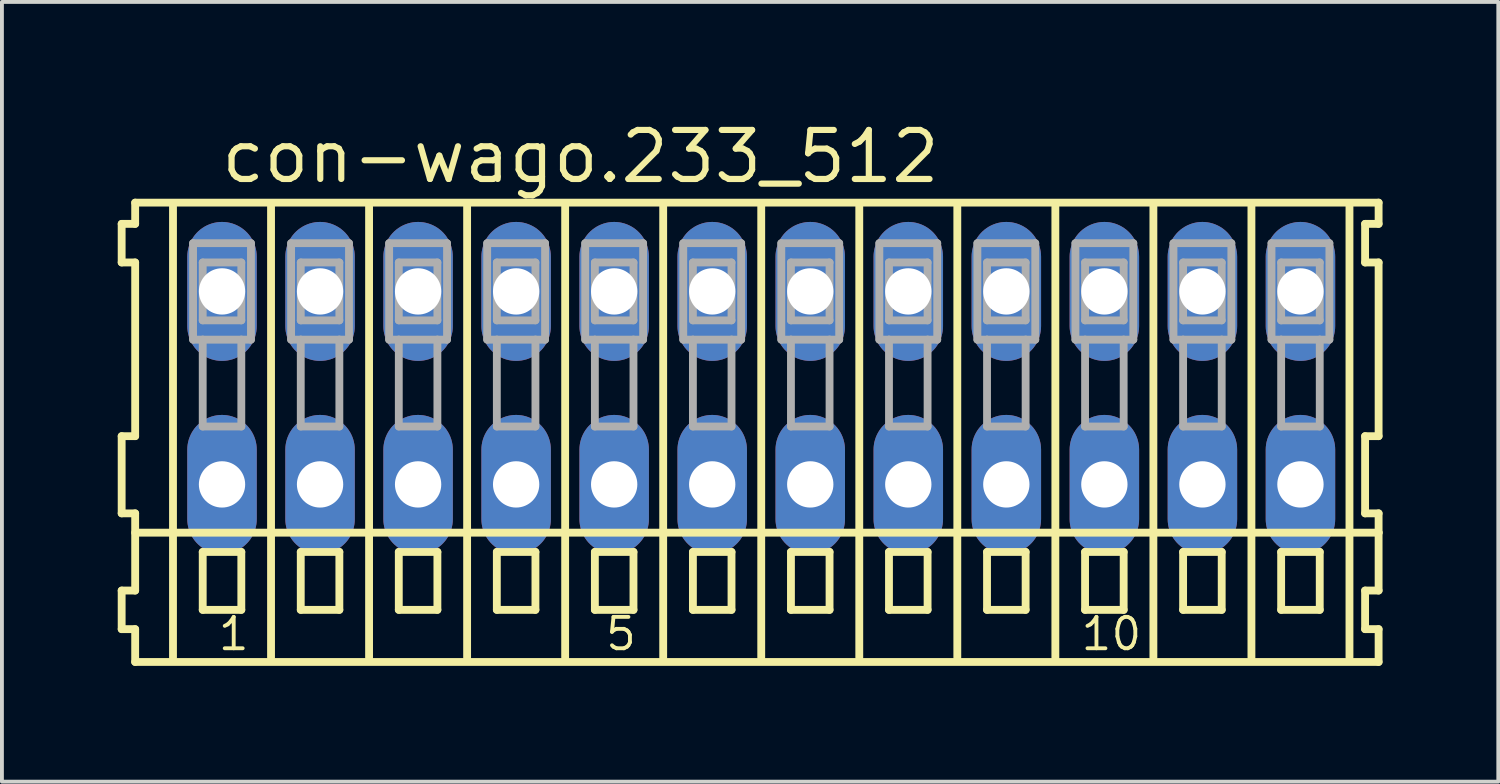
<source format=kicad_pcb>
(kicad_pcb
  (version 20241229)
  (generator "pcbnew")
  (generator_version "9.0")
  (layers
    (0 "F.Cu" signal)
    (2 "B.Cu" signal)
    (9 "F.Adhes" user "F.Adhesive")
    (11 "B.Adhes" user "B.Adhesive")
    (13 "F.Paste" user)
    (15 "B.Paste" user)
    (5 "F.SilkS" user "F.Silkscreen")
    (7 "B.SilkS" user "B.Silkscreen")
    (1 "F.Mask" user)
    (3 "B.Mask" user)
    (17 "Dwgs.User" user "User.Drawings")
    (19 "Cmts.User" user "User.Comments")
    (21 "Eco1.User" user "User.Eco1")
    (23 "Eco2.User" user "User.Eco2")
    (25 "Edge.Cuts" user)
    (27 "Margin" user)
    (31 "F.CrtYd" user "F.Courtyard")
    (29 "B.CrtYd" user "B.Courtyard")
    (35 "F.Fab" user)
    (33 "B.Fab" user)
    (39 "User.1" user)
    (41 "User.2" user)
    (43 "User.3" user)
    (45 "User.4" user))
  (footprint "con-wago.233_512"
    (layer "F.Cu")
    (at 16.672 7)
    (property "Reference" "con-wago.233_512" (at -14.07 -5.25 0) (layer "F.SilkS") (effects (font (size 1.27 1.27) (thickness 0.16)) (justify left bottom)))
    (attr through_hole)
    (fp_line (start -16.57 -4.25) (end -16.57 -3.25) (stroke (width 0.203) (type default)) (layer "F.SilkS"))
    (fp_line (start -16.57 -3.25) (end -16.22 -3.25) (stroke (width 0.203) (type default)) (layer "F.SilkS"))
    (fp_line (start -16.57 1.25) (end -16.57 3.25) (stroke (width 0.203) (type default)) (layer "F.SilkS"))
    (fp_line (start -16.57 3.25) (end -16.22 3.25) (stroke (width 0.203) (type default)) (layer "F.SilkS"))
    (fp_line (start -16.57 5.25) (end -16.57 6.25) (stroke (width 0.203) (type default)) (layer "F.SilkS"))
    (fp_line (start -16.57 6.25) (end -16.22 6.25) (stroke (width 0.203) (type default)) (layer "F.SilkS"))
    (fp_line (start -16.22 -4.8) (end -16.22 -4.25) (stroke (width 0.203) (type default)) (layer "F.SilkS"))
    (fp_line (start -16.22 -4.25) (end -16.57 -4.25) (stroke (width 0.203) (type default)) (layer "F.SilkS"))
    (fp_line (start -16.22 -3.25) (end -16.22 1.25) (stroke (width 0.203) (type default)) (layer "F.SilkS"))
    (fp_line (start -16.22 1.25) (end -16.57 1.25) (stroke (width 0.203) (type default)) (layer "F.SilkS"))
    (fp_line (start -16.22 3.25) (end -16.22 5.25) (stroke (width 0.203) (type default)) (layer "F.SilkS"))
    (fp_line (start -16.22 3.75) (end 15.995 3.75) (stroke (width 0.203) (type default)) (layer "F.SilkS"))
    (fp_line (start -16.22 5.25) (end -16.57 5.25) (stroke (width 0.203) (type default)) (layer "F.SilkS"))
    (fp_line (start -16.22 6.25) (end -16.22 7.1) (stroke (width 0.203) (type default)) (layer "F.SilkS"))
    (fp_line (start -16.22 7.1) (end 15.995 7.1) (stroke (width 0.203) (type default)) (layer "F.SilkS"))
    (fp_line (start -15.24 6.985) (end -15.24 -4.699) (stroke (width 0.203) (type default)) (layer "F.SilkS"))
    (fp_line (start -14.47 4.25) (end -14.47 5.75) (stroke (width 0.203) (type default)) (layer "F.SilkS"))
    (fp_line (start -14.47 5.75) (end -13.47 5.75) (stroke (width 0.203) (type default)) (layer "F.SilkS"))
    (fp_line (start -13.47 4.25) (end -14.47 4.25) (stroke (width 0.203) (type default)) (layer "F.SilkS"))
    (fp_line (start -13.47 5.75) (end -13.47 4.25) (stroke (width 0.203) (type default)) (layer "F.SilkS"))
    (fp_line (start -12.7 6.985) (end -12.7 -4.699) (stroke (width 0.203) (type default)) (layer "F.SilkS"))
    (fp_line (start -11.93 4.25) (end -11.93 5.75) (stroke (width 0.203) (type default)) (layer "F.SilkS"))
    (fp_line (start -11.93 5.75) (end -10.93 5.75) (stroke (width 0.203) (type default)) (layer "F.SilkS"))
    (fp_line (start -10.93 4.25) (end -11.93 4.25) (stroke (width 0.203) (type default)) (layer "F.SilkS"))
    (fp_line (start -10.93 5.75) (end -10.93 4.25) (stroke (width 0.203) (type default)) (layer "F.SilkS"))
    (fp_line (start -10.16 6.985) (end -10.16 -4.699) (stroke (width 0.203) (type default)) (layer "F.SilkS"))
    (fp_line (start -9.39 4.25) (end -9.39 5.75) (stroke (width 0.203) (type default)) (layer "F.SilkS"))
    (fp_line (start -9.39 5.75) (end -8.39 5.75) (stroke (width 0.203) (type default)) (layer "F.SilkS"))
    (fp_line (start -8.39 4.25) (end -9.39 4.25) (stroke (width 0.203) (type default)) (layer "F.SilkS"))
    (fp_line (start -8.39 5.75) (end -8.39 4.25) (stroke (width 0.203) (type default)) (layer "F.SilkS"))
    (fp_line (start -7.62 6.985) (end -7.62 -4.699) (stroke (width 0.203) (type default)) (layer "F.SilkS"))
    (fp_line (start -6.85 4.25) (end -6.85 5.75) (stroke (width 0.203) (type default)) (layer "F.SilkS"))
    (fp_line (start -6.85 5.75) (end -5.85 5.75) (stroke (width 0.203) (type default)) (layer "F.SilkS"))
    (fp_line (start -5.85 4.25) (end -6.85 4.25) (stroke (width 0.203) (type default)) (layer "F.SilkS"))
    (fp_line (start -5.85 5.75) (end -5.85 4.25) (stroke (width 0.203) (type default)) (layer "F.SilkS"))
    (fp_line (start -5.08 6.985) (end -5.08 -4.699) (stroke (width 0.203) (type default)) (layer "F.SilkS"))
    (fp_line (start -4.31 4.25) (end -4.31 5.75) (stroke (width 0.203) (type default)) (layer "F.SilkS"))
    (fp_line (start -4.31 5.75) (end -3.31 5.75) (stroke (width 0.203) (type default)) (layer "F.SilkS"))
    (fp_line (start -3.31 4.25) (end -4.31 4.25) (stroke (width 0.203) (type default)) (layer "F.SilkS"))
    (fp_line (start -3.31 5.75) (end -3.31 4.25) (stroke (width 0.203) (type default)) (layer "F.SilkS"))
    (fp_line (start -2.54 6.985) (end -2.54 -4.699) (stroke (width 0.203) (type default)) (layer "F.SilkS"))
    (fp_line (start -1.77 4.25) (end -1.77 5.75) (stroke (width 0.203) (type default)) (layer "F.SilkS"))
    (fp_line (start -1.77 5.75) (end -0.77 5.75) (stroke (width 0.203) (type default)) (layer "F.SilkS"))
    (fp_line (start -0.77 4.25) (end -1.77 4.25) (stroke (width 0.203) (type default)) (layer "F.SilkS"))
    (fp_line (start -0.77 5.75) (end -0.77 4.25) (stroke (width 0.203) (type default)) (layer "F.SilkS"))
    (fp_line (start 0 6.985) (end 0 -4.699) (stroke (width 0.203) (type default)) (layer "F.SilkS"))
    (fp_line (start 0.77 4.25) (end 0.77 5.75) (stroke (width 0.203) (type default)) (layer "F.SilkS"))
    (fp_line (start 0.77 5.75) (end 1.77 5.75) (stroke (width 0.203) (type default)) (layer "F.SilkS"))
    (fp_line (start 1.77 4.25) (end 0.77 4.25) (stroke (width 0.203) (type default)) (layer "F.SilkS"))
    (fp_line (start 1.77 5.75) (end 1.77 4.25) (stroke (width 0.203) (type default)) (layer "F.SilkS"))
    (fp_line (start 2.54 6.985) (end 2.54 -4.699) (stroke (width 0.203) (type default)) (layer "F.SilkS"))
    (fp_line (start 3.31 4.25) (end 3.31 5.75) (stroke (width 0.203) (type default)) (layer "F.SilkS"))
    (fp_line (start 3.31 5.75) (end 4.31 5.75) (stroke (width 0.203) (type default)) (layer "F.SilkS"))
    (fp_line (start 4.31 4.25) (end 3.31 4.25) (stroke (width 0.203) (type default)) (layer "F.SilkS"))
    (fp_line (start 4.31 5.75) (end 4.31 4.25) (stroke (width 0.203) (type default)) (layer "F.SilkS"))
    (fp_line (start 5.08 6.985) (end 5.08 -4.699) (stroke (width 0.203) (type default)) (layer "F.SilkS"))
    (fp_line (start 5.85 4.25) (end 5.85 5.75) (stroke (width 0.203) (type default)) (layer "F.SilkS"))
    (fp_line (start 5.85 5.75) (end 6.85 5.75) (stroke (width 0.203) (type default)) (layer "F.SilkS"))
    (fp_line (start 6.85 4.25) (end 5.85 4.25) (stroke (width 0.203) (type default)) (layer "F.SilkS"))
    (fp_line (start 6.85 5.75) (end 6.85 4.25) (stroke (width 0.203) (type default)) (layer "F.SilkS"))
    (fp_line (start 7.62 6.985) (end 7.62 -4.699) (stroke (width 0.203) (type default)) (layer "F.SilkS"))
    (fp_line (start 8.39 4.25) (end 8.39 5.75) (stroke (width 0.203) (type default)) (layer "F.SilkS"))
    (fp_line (start 8.39 5.75) (end 9.39 5.75) (stroke (width 0.203) (type default)) (layer "F.SilkS"))
    (fp_line (start 9.39 4.25) (end 8.39 4.25) (stroke (width 0.203) (type default)) (layer "F.SilkS"))
    (fp_line (start 9.39 5.75) (end 9.39 4.25) (stroke (width 0.203) (type default)) (layer "F.SilkS"))
    (fp_line (start 10.16 6.985) (end 10.16 -4.699) (stroke (width 0.203) (type default)) (layer "F.SilkS"))
    (fp_line (start 10.93 4.25) (end 10.93 5.75) (stroke (width 0.203) (type default)) (layer "F.SilkS"))
    (fp_line (start 10.93 5.75) (end 11.93 5.75) (stroke (width 0.203) (type default)) (layer "F.SilkS"))
    (fp_line (start 11.93 4.25) (end 10.93 4.25) (stroke (width 0.203) (type default)) (layer "F.SilkS"))
    (fp_line (start 11.93 5.75) (end 11.93 4.25) (stroke (width 0.203) (type default)) (layer "F.SilkS"))
    (fp_line (start 12.7 6.985) (end 12.7 -4.699) (stroke (width 0.203) (type default)) (layer "F.SilkS"))
    (fp_line (start 13.47 4.25) (end 13.47 5.75) (stroke (width 0.203) (type default)) (layer "F.SilkS"))
    (fp_line (start 13.47 5.75) (end 14.47 5.75) (stroke (width 0.203) (type default)) (layer "F.SilkS"))
    (fp_line (start 14.47 4.25) (end 13.47 4.25) (stroke (width 0.203) (type default)) (layer "F.SilkS"))
    (fp_line (start 14.47 5.75) (end 14.47 4.25) (stroke (width 0.203) (type default)) (layer "F.SilkS"))
    (fp_line (start 15.24 6.985) (end 15.24 -4.699) (stroke (width 0.203) (type default)) (layer "F.SilkS"))
    (fp_line (start 15.645 -4.25) (end 15.645 -3.25) (stroke (width 0.203) (type default)) (layer "F.SilkS"))
    (fp_line (start 15.645 -3.25) (end 15.995 -3.25) (stroke (width 0.203) (type default)) (layer "F.SilkS"))
    (fp_line (start 15.645 1.25) (end 15.645 3.25) (stroke (width 0.203) (type default)) (layer "F.SilkS"))
    (fp_line (start 15.645 3.25) (end 15.995 3.25) (stroke (width 0.203) (type default)) (layer "F.SilkS"))
    (fp_line (start 15.645 5.25) (end 15.645 6.25) (stroke (width 0.203) (type default)) (layer "F.SilkS"))
    (fp_line (start 15.645 6.25) (end 15.995 6.25) (stroke (width 0.203) (type default)) (layer "F.SilkS"))
    (fp_line (start 15.995 -4.8) (end -16.22 -4.8) (stroke (width 0.203) (type default)) (layer "F.SilkS"))
    (fp_line (start 15.995 -4.25) (end 15.645 -4.25) (stroke (width 0.203) (type default)) (layer "F.SilkS"))
    (fp_line (start 15.995 -4.25) (end 15.995 -4.8) (stroke (width 0.203) (type default)) (layer "F.SilkS"))
    (fp_line (start 15.995 1.25) (end 15.645 1.25) (stroke (width 0.203) (type default)) (layer "F.SilkS"))
    (fp_line (start 15.995 1.25) (end 15.995 -3.25) (stroke (width 0.203) (type default)) (layer "F.SilkS"))
    (fp_line (start 15.995 3.75) (end 15.995 3.25) (stroke (width 0.203) (type default)) (layer "F.SilkS"))
    (fp_line (start 15.995 5.25) (end 15.645 5.25) (stroke (width 0.203) (type default)) (layer "F.SilkS"))
    (fp_line (start 15.995 5.25) (end 15.995 3.75) (stroke (width 0.203) (type default)) (layer "F.SilkS"))
    (fp_line (start 15.995 7.1) (end 15.995 6.25) (stroke (width 0.203) (type default)) (layer "F.SilkS"))
    (fp_line (start -14.72 -3.75) (end -14.72 -1.25) (stroke (width 0.203) (type default)) (layer "F.Fab"))
    (fp_line (start -14.72 -1.25) (end -14.47 -1.25) (stroke (width 0.203) (type default)) (layer "F.Fab"))
    (fp_line (start -14.47 -3.25) (end -14.47 -1.75) (stroke (width 0.203) (type default)) (layer "F.Fab"))
    (fp_line (start -14.47 -1.75) (end -13.47 -1.75) (stroke (width 0.203) (type default)) (layer "F.Fab"))
    (fp_line (start -14.47 -1.25) (end -14.47 1) (stroke (width 0.203) (type default)) (layer "F.Fab"))
    (fp_line (start -14.47 -1.25) (end -13.47 -1.25) (stroke (width 0.203) (type default)) (layer "F.Fab"))
    (fp_line (start -14.47 1) (end -13.47 1) (stroke (width 0.203) (type default)) (layer "F.Fab"))
    (fp_line (start -13.47 -3.25) (end -14.47 -3.25) (stroke (width 0.203) (type default)) (layer "F.Fab"))
    (fp_line (start -13.47 -1.75) (end -13.47 -3.25) (stroke (width 0.203) (type default)) (layer "F.Fab"))
    (fp_line (start -13.47 -1.25) (end -13.22 -1.25) (stroke (width 0.203) (type default)) (layer "F.Fab"))
    (fp_line (start -13.47 1) (end -13.47 -1.25) (stroke (width 0.203) (type default)) (layer "F.Fab"))
    (fp_line (start -13.22 -3.75) (end -14.72 -3.75) (stroke (width 0.203) (type default)) (layer "F.Fab"))
    (fp_line (start -13.22 -1.25) (end -13.22 -3.75) (stroke (width 0.203) (type default)) (layer "F.Fab"))
    (fp_line (start -12.18 -3.75) (end -12.18 -1.25) (stroke (width 0.203) (type default)) (layer "F.Fab"))
    (fp_line (start -12.18 -1.25) (end -11.93 -1.25) (stroke (width 0.203) (type default)) (layer "F.Fab"))
    (fp_line (start -11.93 -3.25) (end -11.93 -1.75) (stroke (width 0.203) (type default)) (layer "F.Fab"))
    (fp_line (start -11.93 -1.75) (end -10.93 -1.75) (stroke (width 0.203) (type default)) (layer "F.Fab"))
    (fp_line (start -11.93 -1.25) (end -11.93 1) (stroke (width 0.203) (type default)) (layer "F.Fab"))
    (fp_line (start -11.93 -1.25) (end -10.93 -1.25) (stroke (width 0.203) (type default)) (layer "F.Fab"))
    (fp_line (start -11.93 1) (end -10.93 1) (stroke (width 0.203) (type default)) (layer "F.Fab"))
    (fp_line (start -10.93 -3.25) (end -11.93 -3.25) (stroke (width 0.203) (type default)) (layer "F.Fab"))
    (fp_line (start -10.93 -1.75) (end -10.93 -3.25) (stroke (width 0.203) (type default)) (layer "F.Fab"))
    (fp_line (start -10.93 -1.25) (end -10.68 -1.25) (stroke (width 0.203) (type default)) (layer "F.Fab"))
    (fp_line (start -10.93 1) (end -10.93 -1.25) (stroke (width 0.203) (type default)) (layer "F.Fab"))
    (fp_line (start -10.68 -3.75) (end -12.18 -3.75) (stroke (width 0.203) (type default)) (layer "F.Fab"))
    (fp_line (start -10.68 -1.25) (end -10.68 -3.75) (stroke (width 0.203) (type default)) (layer "F.Fab"))
    (fp_line (start -9.64 -3.75) (end -9.64 -1.25) (stroke (width 0.203) (type default)) (layer "F.Fab"))
    (fp_line (start -9.64 -1.25) (end -9.39 -1.25) (stroke (width 0.203) (type default)) (layer "F.Fab"))
    (fp_line (start -9.39 -3.25) (end -9.39 -1.75) (stroke (width 0.203) (type default)) (layer "F.Fab"))
    (fp_line (start -9.39 -1.75) (end -8.39 -1.75) (stroke (width 0.203) (type default)) (layer "F.Fab"))
    (fp_line (start -9.39 -1.25) (end -9.39 1) (stroke (width 0.203) (type default)) (layer "F.Fab"))
    (fp_line (start -9.39 -1.25) (end -8.39 -1.25) (stroke (width 0.203) (type default)) (layer "F.Fab"))
    (fp_line (start -9.39 1) (end -8.39 1) (stroke (width 0.203) (type default)) (layer "F.Fab"))
    (fp_line (start -8.39 -3.25) (end -9.39 -3.25) (stroke (width 0.203) (type default)) (layer "F.Fab"))
    (fp_line (start -8.39 -1.75) (end -8.39 -3.25) (stroke (width 0.203) (type default)) (layer "F.Fab"))
    (fp_line (start -8.39 -1.25) (end -8.14 -1.25) (stroke (width 0.203) (type default)) (layer "F.Fab"))
    (fp_line (start -8.39 1) (end -8.39 -1.25) (stroke (width 0.203) (type default)) (layer "F.Fab"))
    (fp_line (start -8.14 -3.75) (end -9.64 -3.75) (stroke (width 0.203) (type default)) (layer "F.Fab"))
    (fp_line (start -8.14 -1.25) (end -8.14 -3.75) (stroke (width 0.203) (type default)) (layer "F.Fab"))
    (fp_line (start -7.1 -3.75) (end -7.1 -1.25) (stroke (width 0.203) (type default)) (layer "F.Fab"))
    (fp_line (start -7.1 -1.25) (end -6.85 -1.25) (stroke (width 0.203) (type default)) (layer "F.Fab"))
    (fp_line (start -6.85 -3.25) (end -6.85 -1.75) (stroke (width 0.203) (type default)) (layer "F.Fab"))
    (fp_line (start -6.85 -1.75) (end -5.85 -1.75) (stroke (width 0.203) (type default)) (layer "F.Fab"))
    (fp_line (start -6.85 -1.25) (end -6.85 1) (stroke (width 0.203) (type default)) (layer "F.Fab"))
    (fp_line (start -6.85 -1.25) (end -5.85 -1.25) (stroke (width 0.203) (type default)) (layer "F.Fab"))
    (fp_line (start -6.85 1) (end -5.85 1) (stroke (width 0.203) (type default)) (layer "F.Fab"))
    (fp_line (start -5.85 -3.25) (end -6.85 -3.25) (stroke (width 0.203) (type default)) (layer "F.Fab"))
    (fp_line (start -5.85 -1.75) (end -5.85 -3.25) (stroke (width 0.203) (type default)) (layer "F.Fab"))
    (fp_line (start -5.85 -1.25) (end -5.6 -1.25) (stroke (width 0.203) (type default)) (layer "F.Fab"))
    (fp_line (start -5.85 1) (end -5.85 -1.25) (stroke (width 0.203) (type default)) (layer "F.Fab"))
    (fp_line (start -5.6 -3.75) (end -7.1 -3.75) (stroke (width 0.203) (type default)) (layer "F.Fab"))
    (fp_line (start -5.6 -1.25) (end -5.6 -3.75) (stroke (width 0.203) (type default)) (layer "F.Fab"))
    (fp_line (start -4.56 -3.75) (end -4.56 -1.25) (stroke (width 0.203) (type default)) (layer "F.Fab"))
    (fp_line (start -4.56 -1.25) (end -4.31 -1.25) (stroke (width 0.203) (type default)) (layer "F.Fab"))
    (fp_line (start -4.31 -3.25) (end -4.31 -1.75) (stroke (width 0.203) (type default)) (layer "F.Fab"))
    (fp_line (start -4.31 -1.75) (end -3.31 -1.75) (stroke (width 0.203) (type default)) (layer "F.Fab"))
    (fp_line (start -4.31 -1.25) (end -4.31 1) (stroke (width 0.203) (type default)) (layer "F.Fab"))
    (fp_line (start -4.31 -1.25) (end -3.31 -1.25) (stroke (width 0.203) (type default)) (layer "F.Fab"))
    (fp_line (start -4.31 1) (end -3.31 1) (stroke (width 0.203) (type default)) (layer "F.Fab"))
    (fp_line (start -3.31 -3.25) (end -4.31 -3.25) (stroke (width 0.203) (type default)) (layer "F.Fab"))
    (fp_line (start -3.31 -1.75) (end -3.31 -3.25) (stroke (width 0.203) (type default)) (layer "F.Fab"))
    (fp_line (start -3.31 -1.25) (end -3.06 -1.25) (stroke (width 0.203) (type default)) (layer "F.Fab"))
    (fp_line (start -3.31 1) (end -3.31 -1.25) (stroke (width 0.203) (type default)) (layer "F.Fab"))
    (fp_line (start -3.06 -3.75) (end -4.56 -3.75) (stroke (width 0.203) (type default)) (layer "F.Fab"))
    (fp_line (start -3.06 -1.25) (end -3.06 -3.75) (stroke (width 0.203) (type default)) (layer "F.Fab"))
    (fp_line (start -2.02 -3.75) (end -2.02 -1.25) (stroke (width 0.203) (type default)) (layer "F.Fab"))
    (fp_line (start -2.02 -1.25) (end -1.77 -1.25) (stroke (width 0.203) (type default)) (layer "F.Fab"))
    (fp_line (start -1.77 -3.25) (end -1.77 -1.75) (stroke (width 0.203) (type default)) (layer "F.Fab"))
    (fp_line (start -1.77 -1.75) (end -0.77 -1.75) (stroke (width 0.203) (type default)) (layer "F.Fab"))
    (fp_line (start -1.77 -1.25) (end -1.77 1) (stroke (width 0.203) (type default)) (layer "F.Fab"))
    (fp_line (start -1.77 -1.25) (end -0.77 -1.25) (stroke (width 0.203) (type default)) (layer "F.Fab"))
    (fp_line (start -1.77 1) (end -0.77 1) (stroke (width 0.203) (type default)) (layer "F.Fab"))
    (fp_line (start -0.77 -3.25) (end -1.77 -3.25) (stroke (width 0.203) (type default)) (layer "F.Fab"))
    (fp_line (start -0.77 -1.75) (end -0.77 -3.25) (stroke (width 0.203) (type default)) (layer "F.Fab"))
    (fp_line (start -0.77 -1.25) (end -0.52 -1.25) (stroke (width 0.203) (type default)) (layer "F.Fab"))
    (fp_line (start -0.77 1) (end -0.77 -1.25) (stroke (width 0.203) (type default)) (layer "F.Fab"))
    (fp_line (start -0.52 -3.75) (end -2.02 -3.75) (stroke (width 0.203) (type default)) (layer "F.Fab"))
    (fp_line (start -0.52 -1.25) (end -0.52 -3.75) (stroke (width 0.203) (type default)) (layer "F.Fab"))
    (fp_line (start 0.52 -3.75) (end 0.52 -1.25) (stroke (width 0.203) (type default)) (layer "F.Fab"))
    (fp_line (start 0.52 -1.25) (end 0.77 -1.25) (stroke (width 0.203) (type default)) (layer "F.Fab"))
    (fp_line (start 0.77 -3.25) (end 0.77 -1.75) (stroke (width 0.203) (type default)) (layer "F.Fab"))
    (fp_line (start 0.77 -1.75) (end 1.77 -1.75) (stroke (width 0.203) (type default)) (layer "F.Fab"))
    (fp_line (start 0.77 -1.25) (end 0.77 1) (stroke (width 0.203) (type default)) (layer "F.Fab"))
    (fp_line (start 0.77 -1.25) (end 1.77 -1.25) (stroke (width 0.203) (type default)) (layer "F.Fab"))
    (fp_line (start 0.77 1) (end 1.77 1) (stroke (width 0.203) (type default)) (layer "F.Fab"))
    (fp_line (start 1.77 -3.25) (end 0.77 -3.25) (stroke (width 0.203) (type default)) (layer "F.Fab"))
    (fp_line (start 1.77 -1.75) (end 1.77 -3.25) (stroke (width 0.203) (type default)) (layer "F.Fab"))
    (fp_line (start 1.77 -1.25) (end 2.02 -1.25) (stroke (width 0.203) (type default)) (layer "F.Fab"))
    (fp_line (start 1.77 1) (end 1.77 -1.25) (stroke (width 0.203) (type default)) (layer "F.Fab"))
    (fp_line (start 2.02 -3.75) (end 0.52 -3.75) (stroke (width 0.203) (type default)) (layer "F.Fab"))
    (fp_line (start 2.02 -1.25) (end 2.02 -3.75) (stroke (width 0.203) (type default)) (layer "F.Fab"))
    (fp_line (start 3.06 -3.75) (end 3.06 -1.25) (stroke (width 0.203) (type default)) (layer "F.Fab"))
    (fp_line (start 3.06 -1.25) (end 3.31 -1.25) (stroke (width 0.203) (type default)) (layer "F.Fab"))
    (fp_line (start 3.31 -3.25) (end 3.31 -1.75) (stroke (width 0.203) (type default)) (layer "F.Fab"))
    (fp_line (start 3.31 -1.75) (end 4.31 -1.75) (stroke (width 0.203) (type default)) (layer "F.Fab"))
    (fp_line (start 3.31 -1.25) (end 3.31 1) (stroke (width 0.203) (type default)) (layer "F.Fab"))
    (fp_line (start 3.31 -1.25) (end 4.31 -1.25) (stroke (width 0.203) (type default)) (layer "F.Fab"))
    (fp_line (start 3.31 1) (end 4.31 1) (stroke (width 0.203) (type default)) (layer "F.Fab"))
    (fp_line (start 4.31 -3.25) (end 3.31 -3.25) (stroke (width 0.203) (type default)) (layer "F.Fab"))
    (fp_line (start 4.31 -1.75) (end 4.31 -3.25) (stroke (width 0.203) (type default)) (layer "F.Fab"))
    (fp_line (start 4.31 -1.25) (end 4.56 -1.25) (stroke (width 0.203) (type default)) (layer "F.Fab"))
    (fp_line (start 4.31 1) (end 4.31 -1.25) (stroke (width 0.203) (type default)) (layer "F.Fab"))
    (fp_line (start 4.56 -3.75) (end 3.06 -3.75) (stroke (width 0.203) (type default)) (layer "F.Fab"))
    (fp_line (start 4.56 -1.25) (end 4.56 -3.75) (stroke (width 0.203) (type default)) (layer "F.Fab"))
    (fp_line (start 5.6 -3.75) (end 5.6 -1.25) (stroke (width 0.203) (type default)) (layer "F.Fab"))
    (fp_line (start 5.6 -1.25) (end 5.85 -1.25) (stroke (width 0.203) (type default)) (layer "F.Fab"))
    (fp_line (start 5.85 -3.25) (end 5.85 -1.75) (stroke (width 0.203) (type default)) (layer "F.Fab"))
    (fp_line (start 5.85 -1.75) (end 6.85 -1.75) (stroke (width 0.203) (type default)) (layer "F.Fab"))
    (fp_line (start 5.85 -1.25) (end 5.85 1) (stroke (width 0.203) (type default)) (layer "F.Fab"))
    (fp_line (start 5.85 -1.25) (end 6.85 -1.25) (stroke (width 0.203) (type default)) (layer "F.Fab"))
    (fp_line (start 5.85 1) (end 6.85 1) (stroke (width 0.203) (type default)) (layer "F.Fab"))
    (fp_line (start 6.85 -3.25) (end 5.85 -3.25) (stroke (width 0.203) (type default)) (layer "F.Fab"))
    (fp_line (start 6.85 -1.75) (end 6.85 -3.25) (stroke (width 0.203) (type default)) (layer "F.Fab"))
    (fp_line (start 6.85 -1.25) (end 7.1 -1.25) (stroke (width 0.203) (type default)) (layer "F.Fab"))
    (fp_line (start 6.85 1) (end 6.85 -1.25) (stroke (width 0.203) (type default)) (layer "F.Fab"))
    (fp_line (start 7.1 -3.75) (end 5.6 -3.75) (stroke (width 0.203) (type default)) (layer "F.Fab"))
    (fp_line (start 7.1 -1.25) (end 7.1 -3.75) (stroke (width 0.203) (type default)) (layer "F.Fab"))
    (fp_line (start 8.14 -3.75) (end 8.14 -1.25) (stroke (width 0.203) (type default)) (layer "F.Fab"))
    (fp_line (start 8.14 -1.25) (end 8.39 -1.25) (stroke (width 0.203) (type default)) (layer "F.Fab"))
    (fp_line (start 8.39 -3.25) (end 8.39 -1.75) (stroke (width 0.203) (type default)) (layer "F.Fab"))
    (fp_line (start 8.39 -1.75) (end 9.39 -1.75) (stroke (width 0.203) (type default)) (layer "F.Fab"))
    (fp_line (start 8.39 -1.25) (end 8.39 1) (stroke (width 0.203) (type default)) (layer "F.Fab"))
    (fp_line (start 8.39 -1.25) (end 9.39 -1.25) (stroke (width 0.203) (type default)) (layer "F.Fab"))
    (fp_line (start 8.39 1) (end 9.39 1) (stroke (width 0.203) (type default)) (layer "F.Fab"))
    (fp_line (start 9.39 -3.25) (end 8.39 -3.25) (stroke (width 0.203) (type default)) (layer "F.Fab"))
    (fp_line (start 9.39 -1.75) (end 9.39 -3.25) (stroke (width 0.203) (type default)) (layer "F.Fab"))
    (fp_line (start 9.39 -1.25) (end 9.64 -1.25) (stroke (width 0.203) (type default)) (layer "F.Fab"))
    (fp_line (start 9.39 1) (end 9.39 -1.25) (stroke (width 0.203) (type default)) (layer "F.Fab"))
    (fp_line (start 9.64 -3.75) (end 8.14 -3.75) (stroke (width 0.203) (type default)) (layer "F.Fab"))
    (fp_line (start 9.64 -1.25) (end 9.64 -3.75) (stroke (width 0.203) (type default)) (layer "F.Fab"))
    (fp_line (start 10.68 -3.75) (end 10.68 -1.25) (stroke (width 0.203) (type default)) (layer "F.Fab"))
    (fp_line (start 10.68 -1.25) (end 10.93 -1.25) (stroke (width 0.203) (type default)) (layer "F.Fab"))
    (fp_line (start 10.93 -3.25) (end 10.93 -1.75) (stroke (width 0.203) (type default)) (layer "F.Fab"))
    (fp_line (start 10.93 -1.75) (end 11.93 -1.75) (stroke (width 0.203) (type default)) (layer "F.Fab"))
    (fp_line (start 10.93 -1.25) (end 10.93 1) (stroke (width 0.203) (type default)) (layer "F.Fab"))
    (fp_line (start 10.93 -1.25) (end 11.93 -1.25) (stroke (width 0.203) (type default)) (layer "F.Fab"))
    (fp_line (start 10.93 1) (end 11.93 1) (stroke (width 0.203) (type default)) (layer "F.Fab"))
    (fp_line (start 11.93 -3.25) (end 10.93 -3.25) (stroke (width 0.203) (type default)) (layer "F.Fab"))
    (fp_line (start 11.93 -1.75) (end 11.93 -3.25) (stroke (width 0.203) (type default)) (layer "F.Fab"))
    (fp_line (start 11.93 -1.25) (end 12.18 -1.25) (stroke (width 0.203) (type default)) (layer "F.Fab"))
    (fp_line (start 11.93 1) (end 11.93 -1.25) (stroke (width 0.203) (type default)) (layer "F.Fab"))
    (fp_line (start 12.18 -3.75) (end 10.68 -3.75) (stroke (width 0.203) (type default)) (layer "F.Fab"))
    (fp_line (start 12.18 -1.25) (end 12.18 -3.75) (stroke (width 0.203) (type default)) (layer "F.Fab"))
    (fp_line (start 13.22 -3.75) (end 13.22 -1.25) (stroke (width 0.203) (type default)) (layer "F.Fab"))
    (fp_line (start 13.22 -1.25) (end 13.47 -1.25) (stroke (width 0.203) (type default)) (layer "F.Fab"))
    (fp_line (start 13.47 -3.25) (end 13.47 -1.75) (stroke (width 0.203) (type default)) (layer "F.Fab"))
    (fp_line (start 13.47 -1.75) (end 14.47 -1.75) (stroke (width 0.203) (type default)) (layer "F.Fab"))
    (fp_line (start 13.47 -1.25) (end 13.47 1) (stroke (width 0.203) (type default)) (layer "F.Fab"))
    (fp_line (start 13.47 -1.25) (end 14.47 -1.25) (stroke (width 0.203) (type default)) (layer "F.Fab"))
    (fp_line (start 13.47 1) (end 14.47 1) (stroke (width 0.203) (type default)) (layer "F.Fab"))
    (fp_line (start 14.47 -3.25) (end 13.47 -3.25) (stroke (width 0.203) (type default)) (layer "F.Fab"))
    (fp_line (start 14.47 -1.75) (end 14.47 -3.25) (stroke (width 0.203) (type default)) (layer "F.Fab"))
    (fp_line (start 14.47 -1.25) (end 14.72 -1.25) (stroke (width 0.203) (type default)) (layer "F.Fab"))
    (fp_line (start 14.47 1) (end 14.47 -1.25) (stroke (width 0.203) (type default)) (layer "F.Fab"))
    (fp_line (start 14.72 -3.75) (end 13.22 -3.75) (stroke (width 0.203) (type default)) (layer "F.Fab"))
    (fp_line (start 14.72 -1.25) (end 14.72 -3.75) (stroke (width 0.203) (type default)) (layer "F.Fab"))
    (fp_text user "10" (at 8.232 6.85 0) (layer "F.SilkS") (effects (font (size 0.813 0.813) (thickness 0.1)) (justify left bottom)))
    (fp_text user "1" (at -14.12 6.85 0) (layer "F.SilkS") (effects (font (size 0.813 0.813) (thickness 0.1)) (justify left bottom)))
    (fp_text user "5" (at -4.087 6.85 0) (layer "F.SilkS") (effects (font (size 0.813 0.813) (thickness 0.1)) (justify left bottom)))
    (pad "A1" thru_hole oval (at -13.97 -2.5 90) (size 3.6 1.8) (drill 1.2) (layers "*.Cu" "*.Mask"))
    (pad "A2" thru_hole oval (at -11.43 -2.5 90) (size 3.6 1.8) (drill 1.2) (layers "*.Cu" "*.Mask"))
    (pad "A3" thru_hole oval (at -8.89 -2.5 90) (size 3.6 1.8) (drill 1.2) (layers "*.Cu" "*.Mask"))
    (pad "A4" thru_hole oval (at -6.35 -2.5 90) (size 3.6 1.8) (drill 1.2) (layers "*.Cu" "*.Mask"))
    (pad "A5" thru_hole oval (at -3.81 -2.5 90) (size 3.6 1.8) (drill 1.2) (layers "*.Cu" "*.Mask"))
    (pad "A6" thru_hole oval (at -1.27 -2.5 90) (size 3.6 1.8) (drill 1.2) (layers "*.Cu" "*.Mask"))
    (pad "A7" thru_hole oval (at 1.27 -2.5 90) (size 3.6 1.8) (drill 1.2) (layers "*.Cu" "*.Mask"))
    (pad "A8" thru_hole oval (at 3.81 -2.5 90) (size 3.6 1.8) (drill 1.2) (layers "*.Cu" "*.Mask"))
    (pad "A9" thru_hole oval (at 6.35 -2.5 90) (size 3.6 1.8) (drill 1.2) (layers "*.Cu" "*.Mask"))
    (pad "A10" thru_hole oval (at 8.89 -2.5 90) (size 3.6 1.8) (drill 1.2) (layers "*.Cu" "*.Mask"))
    (pad "A11" thru_hole oval (at 11.43 -2.5 90) (size 3.6 1.8) (drill 1.2) (layers "*.Cu" "*.Mask"))
    (pad "A12" thru_hole oval (at 13.97 -2.5 90) (size 3.6 1.8) (drill 1.2) (layers "*.Cu" "*.Mask"))
    (pad "B1" thru_hole oval (at -13.97 2.5 90) (size 3.6 1.8) (drill 1.2) (layers "*.Cu" "*.Mask"))
    (pad "B2" thru_hole oval (at -11.43 2.5 90) (size 3.6 1.8) (drill 1.2) (layers "*.Cu" "*.Mask"))
    (pad "B3" thru_hole oval (at -8.89 2.5 90) (size 3.6 1.8) (drill 1.2) (layers "*.Cu" "*.Mask"))
    (pad "B4" thru_hole oval (at -6.35 2.5 90) (size 3.6 1.8) (drill 1.2) (layers "*.Cu" "*.Mask"))
    (pad "B5" thru_hole oval (at -3.81 2.5 90) (size 3.6 1.8) (drill 1.2) (layers "*.Cu" "*.Mask"))
    (pad "B6" thru_hole oval (at -1.27 2.5 90) (size 3.6 1.8) (drill 1.2) (layers "*.Cu" "*.Mask"))
    (pad "B7" thru_hole oval (at 1.27 2.5 90) (size 3.6 1.8) (drill 1.2) (layers "*.Cu" "*.Mask"))
    (pad "B8" thru_hole oval (at 3.81 2.5 90) (size 3.6 1.8) (drill 1.2) (layers "*.Cu" "*.Mask"))
    (pad "B9" thru_hole oval (at 6.35 2.5 90) (size 3.6 1.8) (drill 1.2) (layers "*.Cu" "*.Mask"))
    (pad "B10" thru_hole oval (at 8.89 2.5 90) (size 3.6 1.8) (drill 1.2) (layers "*.Cu" "*.Mask"))
    (pad "B11" thru_hole oval (at 11.43 2.5 90) (size 3.6 1.8) (drill 1.2) (layers "*.Cu" "*.Mask"))
    (pad "B12" thru_hole oval (at 13.97 2.5 90) (size 3.6 1.8) (drill 1.2) (layers "*.Cu" "*.Mask")))
  (gr_rect
    (start -3 -3)
    (end 35.768 17.202)
    (stroke (width 0.1) (type default))
    (fill no)
    (layer "Edge.Cuts")))
</source>
